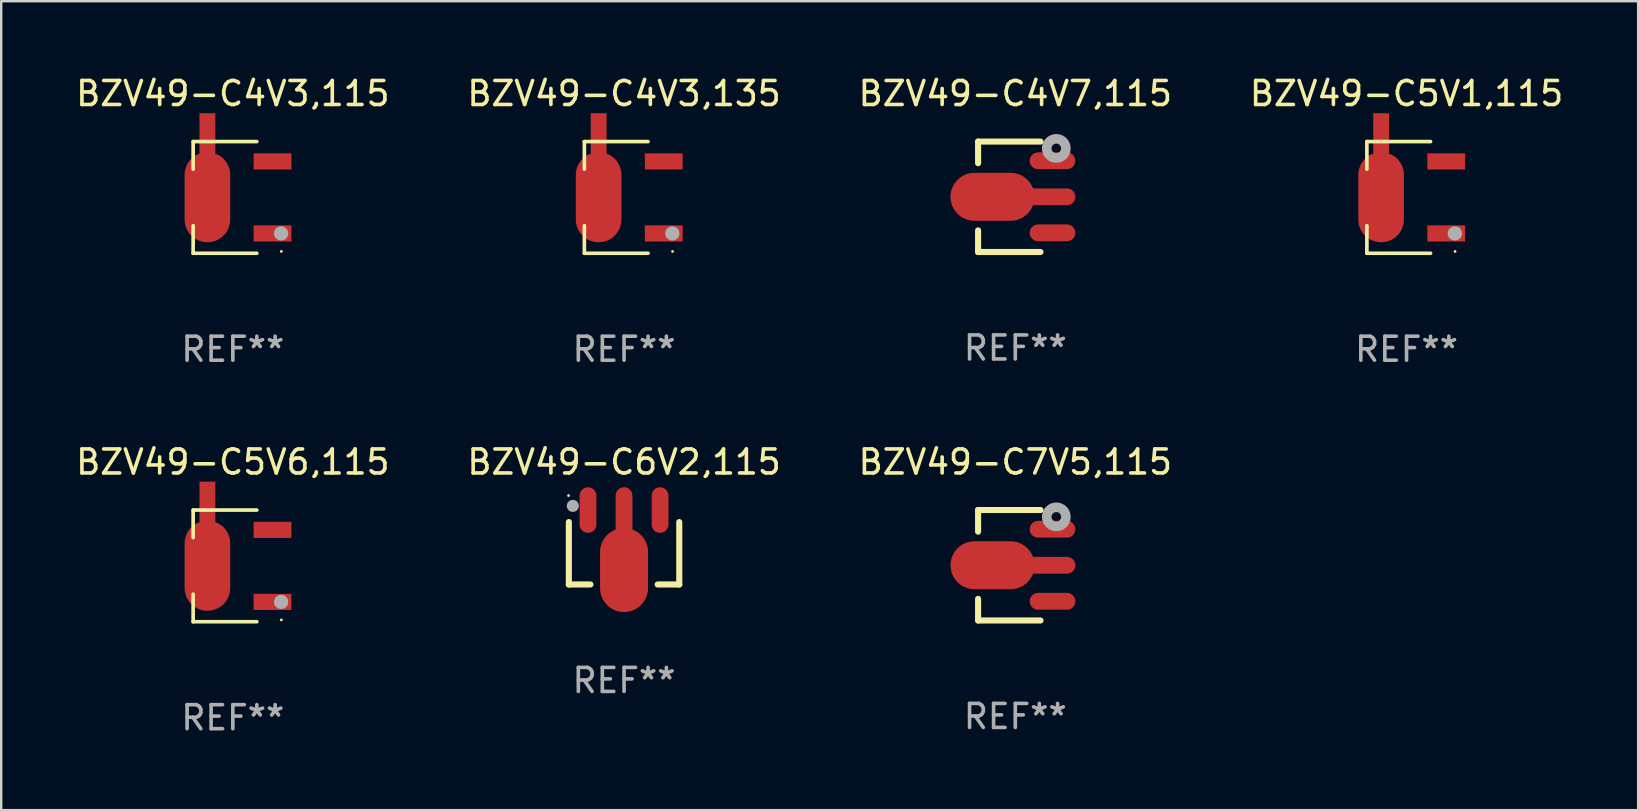
<source format=kicad_pcb>
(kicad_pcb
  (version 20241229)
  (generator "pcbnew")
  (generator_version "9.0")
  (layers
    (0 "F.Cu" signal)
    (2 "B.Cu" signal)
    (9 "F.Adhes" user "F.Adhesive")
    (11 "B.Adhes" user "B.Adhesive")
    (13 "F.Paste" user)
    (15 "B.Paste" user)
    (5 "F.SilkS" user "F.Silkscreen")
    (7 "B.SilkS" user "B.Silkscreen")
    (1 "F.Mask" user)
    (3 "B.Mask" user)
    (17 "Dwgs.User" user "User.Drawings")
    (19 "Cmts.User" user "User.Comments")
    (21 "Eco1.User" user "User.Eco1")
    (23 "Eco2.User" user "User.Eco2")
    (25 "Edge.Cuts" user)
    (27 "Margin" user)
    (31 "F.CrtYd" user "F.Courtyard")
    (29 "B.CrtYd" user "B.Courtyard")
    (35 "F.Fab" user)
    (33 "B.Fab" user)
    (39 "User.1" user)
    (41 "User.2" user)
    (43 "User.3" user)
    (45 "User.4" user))
  (footprint "BZV49-C4V7,115"
    (layer "F.Cu")
    (at 39.244 5.148)
    (property "Reference" "BZV49-C4V7,115" (at 0 -4.3 0) (layer "F.SilkS") (effects (font (size 1 1) (thickness 0.15))))
    (attr through_hole)
    (fp_line (start -1.55 -2.3) (end 1.05 -2.3) (stroke (width 0.254) (type solid)) (layer "F.SilkS"))
    (fp_line (start -1.55 -1.4) (end -1.55 -2.3) (stroke (width 0.254) (type solid)) (layer "F.SilkS"))
    (fp_line (start -1.55 2.3) (end -1.55 1.4) (stroke (width 0.254) (type solid)) (layer "F.SilkS"))
    (fp_line (start 1.05 2.3) (end -1.55 2.3) (stroke (width 0.254) (type solid)) (layer "F.SilkS"))
    (fp_circle (center 2.15 -2.25) (end 2.18 -2.25) (stroke (width 0.06) (type solid)) (fill no) (layer "F.SilkS"))
    (fp_circle (center 1.708 -2.017) (end 1.907 -2.017) (stroke (width 0.4) (type solid)) (fill no) (layer "F.Fab"))
    (fp_text user "REF**" (at 0 6.3 0) (layer "F.Fab") (effects (font (size 1 1) (thickness 0.15))))
    (pad "1" smd oval (at 1.55 -1.501 270) (size 0.7 1.9) (layers "F.Cu" "F.Mask" "F.Paste"))
    (pad "2" smd oval (at -0.949 0 270) (size 2 3.5) (layers "F.Cu" "F.Mask" "F.Paste"))
    (pad "2" smd oval (at 1.451 0 270) (size 0.7 2.1) (layers "F.Cu" "F.Mask" "F.Paste"))
    (pad "3" smd oval (at 1.55 1.501 270) (size 0.7 1.9) (layers "F.Cu" "F.Mask" "F.Paste")))
  (footprint "BZV49-C7V5,115"
    (layer "F.Cu")
    (at 39.244 20.497)
    (property "Reference" "BZV49-C7V5,115" (at 0 -4.3 0) (layer "F.SilkS") (effects (font (size 1 1) (thickness 0.15))))
    (attr through_hole)
    (fp_line (start -1.55 -2.3) (end 1.05 -2.3) (stroke (width 0.254) (type solid)) (layer "F.SilkS"))
    (fp_line (start -1.55 -1.4) (end -1.55 -2.3) (stroke (width 0.254) (type solid)) (layer "F.SilkS"))
    (fp_line (start -1.55 2.3) (end -1.55 1.4) (stroke (width 0.254) (type solid)) (layer "F.SilkS"))
    (fp_line (start 1.05 2.3) (end -1.55 2.3) (stroke (width 0.254) (type solid)) (layer "F.SilkS"))
    (fp_circle (center 2.15 -2.25) (end 2.18 -2.25) (stroke (width 0.06) (type solid)) (fill no) (layer "F.SilkS"))
    (fp_circle (center 1.708 -2.017) (end 1.907 -2.017) (stroke (width 0.4) (type solid)) (fill no) (layer "F.Fab"))
    (fp_text user "REF**" (at 0 6.3 0) (layer "F.Fab") (effects (font (size 1 1) (thickness 0.15))))
    (pad "1" smd oval (at 1.55 -1.501 270) (size 0.7 1.9) (layers "F.Cu" "F.Mask" "F.Paste"))
    (pad "2" smd oval (at -0.949 0 270) (size 2 3.5) (layers "F.Cu" "F.Mask" "F.Paste"))
    (pad "2" smd oval (at 1.451 0 270) (size 0.7 2.1) (layers "F.Cu" "F.Mask" "F.Paste"))
    (pad "3" smd oval (at 1.55 1.501 270) (size 0.7 1.9) (layers "F.Cu" "F.Mask" "F.Paste")))
  (footprint "BZV49-C6V2,115"
    (layer "F.Cu")
    (at 22.946 19.747)
    (property "Reference" "BZV49-C6V2,115" (at 0 -3.55 0) (layer "F.SilkS") (effects (font (size 1 1) (thickness 0.15))))
    (attr through_hole)
    (fp_line (start -2.3 1.55) (end -2.3 -1.05) (stroke (width 0.254) (type solid)) (layer "F.SilkS"))
    (fp_line (start -1.4 1.55) (end -2.3 1.55) (stroke (width 0.254) (type solid)) (layer "F.SilkS"))
    (fp_line (start 2.3 -1.05) (end 2.3 1.55) (stroke (width 0.254) (type solid)) (layer "F.SilkS"))
    (fp_line (start 2.3 1.55) (end 1.4 1.55) (stroke (width 0.254) (type solid)) (layer "F.SilkS"))
    (fp_circle (center -2.311 -2.154) (end -2.281 -2.154) (stroke (width 0.06) (type solid)) (fill no) (layer "F.SilkS"))
    (fp_circle (center -2.134 -1.723) (end -2.007 -1.723) (stroke (width 0.254) (type solid)) (fill no) (layer "F.Fab"))
    (fp_text user "REF**" (at 0 5.55 0) (layer "F.Fab") (effects (font (size 1 1) (thickness 0.15))))
    (pad "1" smd oval (at -1.501 -1.55) (size 0.7 1.9) (layers "F.Cu" "F.Mask" "F.Paste"))
    (pad "2" smd oval (at 0 -1.451) (size 0.7 2.1) (layers "F.Cu" "F.Mask" "F.Paste"))
    (pad "2" smd oval (at 0 0.949) (size 2 3.5) (layers "F.Cu" "F.Mask" "F.Paste"))
    (pad "3" smd oval (at 1.501 -1.55) (size 0.7 1.9) (layers "F.Cu" "F.Mask" "F.Paste")))
  (footprint "BZV49-C5V1,115"
    (layer "F.Cu")
    (at 55.542 5.174)
    (property "Reference" "BZV49-C5V1,115" (at 0 -4.326 0) (layer "F.SilkS") (effects (font (size 1 1) (thickness 0.15))))
    (attr through_hole)
    (fp_line (start -1.653 -2.326) (end -1.653 -1.177) (stroke (width 0.152) (type solid)) (layer "F.SilkS"))
    (fp_line (start -1.653 2.326) (end -1.653 1.177) (stroke (width 0.152) (type solid)) (layer "F.SilkS"))
    (fp_line (start 0.999 -2.326) (end -1.653 -2.326) (stroke (width 0.152) (type solid)) (layer "F.SilkS"))
    (fp_line (start 0.999 2.326) (end -1.653 2.326) (stroke (width 0.152) (type solid)) (layer "F.SilkS"))
    (fp_circle (center 2.021 2.25) (end 2.051 2.25) (stroke (width 0.06) (type solid)) (fill no) (layer "F.SilkS"))
    (fp_circle (center 2.012 1.5) (end 2.162 1.5) (stroke (width 0.3) (type solid)) (fill no) (layer "F.Fab"))
    (fp_text user "REF**" (at 0 6.326 0) (layer "F.Fab") (effects (font (size 1 1) (thickness 0.15))))
    (pad "1" smd rect (at 1.653 1.5) (size 1.575 0.672) (layers "F.Cu" "F.Mask" "F.Paste"))
    (pad "2" smd custom (at -1.059 -0.009 90) (size 1.9 5.377) (layers "F.Cu" "F.Mask" "F.Paste") (options (anchor circle)) (primitives (gr_poly (pts (xy -0.927 -0.95) (xy 0.927 -0.95) (xy 0.972 -0.949) (xy 1.016 -0.946) (xy 1.06 -0.941) (xy 1.104 -0.933) (xy 1.148 -0.924) (xy 1.191 -0.913) (xy 1.233 -0.899) (xy 1.275 -0.884) (xy 1.316 -0.867) (xy 1.357 -0.848) (xy 1.396 -0.826) (xy 1.434 -0.804) (xy 1.471 -0.779) (xy 1.507 -0.753) (xy 1.542 -0.725) (xy 1.575 -0.695) (xy 1.607 -0.664) (xy 1.637 -0.631) (xy 1.666 -0.597) (xy 1.693 -0.562) (xy 1.719 -0.526) (xy 1.742 -0.488) (xy 1.764 -0.449) (xy 1.785 -0.409) (xy 1.803 -0.33) (xy 3.5 -0.33) (xy 3.5 0.33) (xy 1.803 0.33) (xy 1.785 0.409) (xy 1.764 0.449) (xy 1.742 0.488) (xy 1.719 0.525) (xy 1.693 0.562) (xy 1.666 0.597) (xy 1.637 0.631) (xy 1.607 0.664) (xy 1.575 0.695) (xy 1.542 0.725) (xy 1.507 0.753) (xy 1.471 0.779) (xy 1.434 0.803) (xy 1.396 0.826) (xy 1.357 0.847) (xy 1.316 0.867) (xy 1.275 0.884) (xy 1.233 0.899) (xy 1.191 0.913) (xy 1.148 0.924) (xy 1.104 0.933) (xy 1.06 0.941) (xy 1.016 0.946) (xy 0.972 0.949) (xy 0.927 0.95) (xy -0.927 0.95) (xy -0.972 0.949) (xy -1.016 0.946) (xy -1.06 0.941) (xy -1.104 0.933) (xy -1.148 0.924) (xy -1.191 0.913) (xy -1.233 0.899) (xy -1.275 0.884) (xy -1.316 0.867) (xy -1.356 0.847) (xy -1.396 0.826) (xy -1.434 0.803) (xy -1.471 0.779) (xy -1.507 0.753) (xy -1.541 0.725) (xy -1.575 0.695) (xy -1.607 0.664) (xy -1.637 0.631) (xy -1.666 0.597) (xy -1.693 0.562) (xy -1.718 0.525) (xy -1.742 0.488) (xy -1.764 0.449) (xy -1.784 0.409) (xy -1.803 0.369) (xy -1.819 0.327) (xy -1.833 0.285) (xy -1.846 0.242) (xy -1.856 0.199) (xy -1.864 0.155) (xy -1.87 0.111) (xy -1.875 0.067) (xy -1.877 0.022) (xy -1.877 -0.022) (xy -1.875 -0.067) (xy -1.87 -0.111) (xy -1.864 -0.155) (xy -1.856 -0.199) (xy -1.846 -0.242) (xy -1.833 -0.285) (xy -1.819 -0.327) (xy -1.803 -0.369) (xy -1.784 -0.409) (xy -1.764 -0.449) (xy -1.742 -0.488) (xy -1.718 -0.526) (xy -1.693 -0.562) (xy -1.666 -0.597) (xy -1.637 -0.631) (xy -1.607 -0.664) (xy -1.575 -0.695) (xy -1.541 -0.725) (xy -1.507 -0.753) (xy -1.471 -0.779) (xy -1.434 -0.804) (xy -1.396 -0.826) (xy -1.356 -0.848) (xy -1.316 -0.867) (xy -1.275 -0.884) (xy -1.233 -0.899) (xy -1.191 -0.913) (xy -1.148 -0.924) (xy -1.104 -0.933) (xy -1.06 -0.941) (xy -1.016 -0.946) (xy -0.972 -0.949) (xy -0.927 -0.95)) (width 0) (fill yes))))
    (pad "3" smd rect (at 1.653 -1.5) (size 1.575 0.672) (layers "F.Cu" "F.Mask" "F.Paste")))
  (footprint "BZV49-C4V3,115"
    (layer "F.Cu")
    (at 6.649 5.174)
    (property "Reference" "BZV49-C4V3,115" (at 0 -4.326 0) (layer "F.SilkS") (effects (font (size 1 1) (thickness 0.15))))
    (attr through_hole)
    (fp_line (start -1.653 -2.326) (end -1.653 -1.177) (stroke (width 0.152) (type solid)) (layer "F.SilkS"))
    (fp_line (start -1.653 2.326) (end -1.653 1.177) (stroke (width 0.152) (type solid)) (layer "F.SilkS"))
    (fp_line (start 0.999 -2.326) (end -1.653 -2.326) (stroke (width 0.152) (type solid)) (layer "F.SilkS"))
    (fp_line (start 0.999 2.326) (end -1.653 2.326) (stroke (width 0.152) (type solid)) (layer "F.SilkS"))
    (fp_circle (center 2.021 2.25) (end 2.051 2.25) (stroke (width 0.06) (type solid)) (fill no) (layer "F.SilkS"))
    (fp_circle (center 2.012 1.5) (end 2.162 1.5) (stroke (width 0.3) (type solid)) (fill no) (layer "F.Fab"))
    (fp_text user "REF**" (at 0 6.326 0) (layer "F.Fab") (effects (font (size 1 1) (thickness 0.15))))
    (pad "1" smd rect (at 1.653 1.5) (size 1.575 0.672) (layers "F.Cu" "F.Mask" "F.Paste"))
    (pad "2" smd custom (at -1.059 -0.009 90) (size 1.9 5.377) (layers "F.Cu" "F.Mask" "F.Paste") (options (anchor circle)) (primitives (gr_poly (pts (xy -0.927 -0.95) (xy 0.927 -0.95) (xy 0.972 -0.949) (xy 1.016 -0.946) (xy 1.06 -0.941) (xy 1.104 -0.933) (xy 1.148 -0.924) (xy 1.191 -0.913) (xy 1.233 -0.899) (xy 1.275 -0.884) (xy 1.316 -0.867) (xy 1.357 -0.848) (xy 1.396 -0.826) (xy 1.434 -0.804) (xy 1.471 -0.779) (xy 1.507 -0.753) (xy 1.542 -0.725) (xy 1.575 -0.695) (xy 1.607 -0.664) (xy 1.637 -0.631) (xy 1.666 -0.597) (xy 1.693 -0.562) (xy 1.719 -0.526) (xy 1.742 -0.488) (xy 1.764 -0.449) (xy 1.785 -0.409) (xy 1.803 -0.33) (xy 3.5 -0.33) (xy 3.5 0.33) (xy 1.803 0.33) (xy 1.785 0.409) (xy 1.764 0.449) (xy 1.742 0.488) (xy 1.719 0.525) (xy 1.693 0.562) (xy 1.666 0.597) (xy 1.637 0.631) (xy 1.607 0.664) (xy 1.575 0.695) (xy 1.542 0.725) (xy 1.507 0.753) (xy 1.471 0.779) (xy 1.434 0.803) (xy 1.396 0.826) (xy 1.357 0.847) (xy 1.316 0.867) (xy 1.275 0.884) (xy 1.233 0.899) (xy 1.191 0.913) (xy 1.148 0.924) (xy 1.104 0.933) (xy 1.06 0.941) (xy 1.016 0.946) (xy 0.972 0.949) (xy 0.927 0.95) (xy -0.927 0.95) (xy -0.972 0.949) (xy -1.016 0.946) (xy -1.06 0.941) (xy -1.104 0.933) (xy -1.148 0.924) (xy -1.191 0.913) (xy -1.233 0.899) (xy -1.275 0.884) (xy -1.316 0.867) (xy -1.356 0.847) (xy -1.396 0.826) (xy -1.434 0.803) (xy -1.471 0.779) (xy -1.507 0.753) (xy -1.541 0.725) (xy -1.575 0.695) (xy -1.607 0.664) (xy -1.637 0.631) (xy -1.666 0.597) (xy -1.693 0.562) (xy -1.718 0.525) (xy -1.742 0.488) (xy -1.764 0.449) (xy -1.784 0.409) (xy -1.803 0.369) (xy -1.819 0.327) (xy -1.833 0.285) (xy -1.846 0.242) (xy -1.856 0.199) (xy -1.864 0.155) (xy -1.87 0.111) (xy -1.875 0.067) (xy -1.877 0.022) (xy -1.877 -0.022) (xy -1.875 -0.067) (xy -1.87 -0.111) (xy -1.864 -0.155) (xy -1.856 -0.199) (xy -1.846 -0.242) (xy -1.833 -0.285) (xy -1.819 -0.327) (xy -1.803 -0.369) (xy -1.784 -0.409) (xy -1.764 -0.449) (xy -1.742 -0.488) (xy -1.718 -0.526) (xy -1.693 -0.562) (xy -1.666 -0.597) (xy -1.637 -0.631) (xy -1.607 -0.664) (xy -1.575 -0.695) (xy -1.541 -0.725) (xy -1.507 -0.753) (xy -1.471 -0.779) (xy -1.434 -0.804) (xy -1.396 -0.826) (xy -1.356 -0.848) (xy -1.316 -0.867) (xy -1.275 -0.884) (xy -1.233 -0.899) (xy -1.191 -0.913) (xy -1.148 -0.924) (xy -1.104 -0.933) (xy -1.06 -0.941) (xy -1.016 -0.946) (xy -0.972 -0.949) (xy -0.927 -0.95)) (width 0) (fill yes))))
    (pad "3" smd rect (at 1.653 -1.5) (size 1.575 0.672) (layers "F.Cu" "F.Mask" "F.Paste")))
  (footprint "BZV49-C5V6,115"
    (layer "F.Cu")
    (at 6.649 20.523)
    (property "Reference" "BZV49-C5V6,115" (at 0 -4.326 0) (layer "F.SilkS") (effects (font (size 1 1) (thickness 0.15))))
    (attr through_hole)
    (fp_line (start -1.653 -2.326) (end -1.653 -1.177) (stroke (width 0.152) (type solid)) (layer "F.SilkS"))
    (fp_line (start -1.653 2.326) (end -1.653 1.177) (stroke (width 0.152) (type solid)) (layer "F.SilkS"))
    (fp_line (start 0.999 -2.326) (end -1.653 -2.326) (stroke (width 0.152) (type solid)) (layer "F.SilkS"))
    (fp_line (start 0.999 2.326) (end -1.653 2.326) (stroke (width 0.152) (type solid)) (layer "F.SilkS"))
    (fp_circle (center 2.021 2.25) (end 2.051 2.25) (stroke (width 0.06) (type solid)) (fill no) (layer "F.SilkS"))
    (fp_circle (center 2.012 1.5) (end 2.162 1.5) (stroke (width 0.3) (type solid)) (fill no) (layer "F.Fab"))
    (fp_text user "REF**" (at 0 6.326 0) (layer "F.Fab") (effects (font (size 1 1) (thickness 0.15))))
    (pad "1" smd rect (at 1.653 1.5) (size 1.575 0.672) (layers "F.Cu" "F.Mask" "F.Paste"))
    (pad "2" smd custom (at -1.059 -0.009 90) (size 1.9 5.377) (layers "F.Cu" "F.Mask" "F.Paste") (options (anchor circle)) (primitives (gr_poly (pts (xy -0.927 -0.95) (xy 0.927 -0.95) (xy 0.972 -0.949) (xy 1.016 -0.946) (xy 1.06 -0.941) (xy 1.104 -0.933) (xy 1.148 -0.924) (xy 1.191 -0.913) (xy 1.233 -0.899) (xy 1.275 -0.884) (xy 1.316 -0.867) (xy 1.357 -0.848) (xy 1.396 -0.826) (xy 1.434 -0.804) (xy 1.471 -0.779) (xy 1.507 -0.753) (xy 1.542 -0.725) (xy 1.575 -0.695) (xy 1.607 -0.664) (xy 1.637 -0.631) (xy 1.666 -0.597) (xy 1.693 -0.562) (xy 1.719 -0.526) (xy 1.742 -0.488) (xy 1.764 -0.449) (xy 1.785 -0.409) (xy 1.803 -0.33) (xy 3.5 -0.33) (xy 3.5 0.33) (xy 1.803 0.33) (xy 1.785 0.409) (xy 1.764 0.449) (xy 1.742 0.488) (xy 1.719 0.525) (xy 1.693 0.562) (xy 1.666 0.597) (xy 1.637 0.631) (xy 1.607 0.664) (xy 1.575 0.695) (xy 1.542 0.725) (xy 1.507 0.753) (xy 1.471 0.779) (xy 1.434 0.803) (xy 1.396 0.826) (xy 1.357 0.847) (xy 1.316 0.867) (xy 1.275 0.884) (xy 1.233 0.899) (xy 1.191 0.913) (xy 1.148 0.924) (xy 1.104 0.933) (xy 1.06 0.941) (xy 1.016 0.946) (xy 0.972 0.949) (xy 0.927 0.95) (xy -0.927 0.95) (xy -0.972 0.949) (xy -1.016 0.946) (xy -1.06 0.941) (xy -1.104 0.933) (xy -1.148 0.924) (xy -1.191 0.913) (xy -1.233 0.899) (xy -1.275 0.884) (xy -1.316 0.867) (xy -1.356 0.847) (xy -1.396 0.826) (xy -1.434 0.803) (xy -1.471 0.779) (xy -1.507 0.753) (xy -1.541 0.725) (xy -1.575 0.695) (xy -1.607 0.664) (xy -1.637 0.631) (xy -1.666 0.597) (xy -1.693 0.562) (xy -1.718 0.525) (xy -1.742 0.488) (xy -1.764 0.449) (xy -1.784 0.409) (xy -1.803 0.369) (xy -1.819 0.327) (xy -1.833 0.285) (xy -1.846 0.242) (xy -1.856 0.199) (xy -1.864 0.155) (xy -1.87 0.111) (xy -1.875 0.067) (xy -1.877 0.022) (xy -1.877 -0.022) (xy -1.875 -0.067) (xy -1.87 -0.111) (xy -1.864 -0.155) (xy -1.856 -0.199) (xy -1.846 -0.242) (xy -1.833 -0.285) (xy -1.819 -0.327) (xy -1.803 -0.369) (xy -1.784 -0.409) (xy -1.764 -0.449) (xy -1.742 -0.488) (xy -1.718 -0.526) (xy -1.693 -0.562) (xy -1.666 -0.597) (xy -1.637 -0.631) (xy -1.607 -0.664) (xy -1.575 -0.695) (xy -1.541 -0.725) (xy -1.507 -0.753) (xy -1.471 -0.779) (xy -1.434 -0.804) (xy -1.396 -0.826) (xy -1.356 -0.848) (xy -1.316 -0.867) (xy -1.275 -0.884) (xy -1.233 -0.899) (xy -1.191 -0.913) (xy -1.148 -0.924) (xy -1.104 -0.933) (xy -1.06 -0.941) (xy -1.016 -0.946) (xy -0.972 -0.949) (xy -0.927 -0.95)) (width 0) (fill yes))))
    (pad "3" smd rect (at 1.653 -1.5) (size 1.575 0.672) (layers "F.Cu" "F.Mask" "F.Paste")))
  (footprint "BZV49-C4V3,135"
    (layer "F.Cu")
    (at 22.946 5.174)
    (property "Reference" "BZV49-C4V3,135" (at 0 -4.326 0) (layer "F.SilkS") (effects (font (size 1 1) (thickness 0.15))))
    (attr through_hole)
    (fp_line (start -1.653 -2.326) (end -1.653 -1.177) (stroke (width 0.152) (type solid)) (layer "F.SilkS"))
    (fp_line (start -1.653 2.326) (end -1.653 1.177) (stroke (width 0.152) (type solid)) (layer "F.SilkS"))
    (fp_line (start 0.999 -2.326) (end -1.653 -2.326) (stroke (width 0.152) (type solid)) (layer "F.SilkS"))
    (fp_line (start 0.999 2.326) (end -1.653 2.326) (stroke (width 0.152) (type solid)) (layer "F.SilkS"))
    (fp_circle (center 2.021 2.25) (end 2.051 2.25) (stroke (width 0.06) (type solid)) (fill no) (layer "F.SilkS"))
    (fp_circle (center 2.012 1.5) (end 2.162 1.5) (stroke (width 0.3) (type solid)) (fill no) (layer "F.Fab"))
    (fp_text user "REF**" (at 0 6.326 0) (layer "F.Fab") (effects (font (size 1 1) (thickness 0.15))))
    (pad "1" smd rect (at 1.653 1.5) (size 1.575 0.672) (layers "F.Cu" "F.Mask" "F.Paste"))
    (pad "2" smd custom (at -1.059 -0.009 90) (size 1.9 5.377) (layers "F.Cu" "F.Mask" "F.Paste") (options (anchor circle)) (primitives (gr_poly (pts (xy -0.927 -0.95) (xy 0.927 -0.95) (xy 0.972 -0.949) (xy 1.016 -0.946) (xy 1.06 -0.941) (xy 1.104 -0.933) (xy 1.148 -0.924) (xy 1.191 -0.913) (xy 1.233 -0.899) (xy 1.275 -0.884) (xy 1.316 -0.867) (xy 1.357 -0.848) (xy 1.396 -0.826) (xy 1.434 -0.804) (xy 1.471 -0.779) (xy 1.507 -0.753) (xy 1.542 -0.725) (xy 1.575 -0.695) (xy 1.607 -0.664) (xy 1.637 -0.631) (xy 1.666 -0.597) (xy 1.693 -0.562) (xy 1.719 -0.526) (xy 1.742 -0.488) (xy 1.764 -0.449) (xy 1.785 -0.409) (xy 1.803 -0.33) (xy 3.5 -0.33) (xy 3.5 0.33) (xy 1.803 0.33) (xy 1.785 0.409) (xy 1.764 0.449) (xy 1.742 0.488) (xy 1.719 0.525) (xy 1.693 0.562) (xy 1.666 0.597) (xy 1.637 0.631) (xy 1.607 0.664) (xy 1.575 0.695) (xy 1.542 0.725) (xy 1.507 0.753) (xy 1.471 0.779) (xy 1.434 0.803) (xy 1.396 0.826) (xy 1.357 0.847) (xy 1.316 0.867) (xy 1.275 0.884) (xy 1.233 0.899) (xy 1.191 0.913) (xy 1.148 0.924) (xy 1.104 0.933) (xy 1.06 0.941) (xy 1.016 0.946) (xy 0.972 0.949) (xy 0.927 0.95) (xy -0.927 0.95) (xy -0.972 0.949) (xy -1.016 0.946) (xy -1.06 0.941) (xy -1.104 0.933) (xy -1.148 0.924) (xy -1.191 0.913) (xy -1.233 0.899) (xy -1.275 0.884) (xy -1.316 0.867) (xy -1.356 0.847) (xy -1.396 0.826) (xy -1.434 0.803) (xy -1.471 0.779) (xy -1.507 0.753) (xy -1.541 0.725) (xy -1.575 0.695) (xy -1.607 0.664) (xy -1.637 0.631) (xy -1.666 0.597) (xy -1.693 0.562) (xy -1.718 0.525) (xy -1.742 0.488) (xy -1.764 0.449) (xy -1.784 0.409) (xy -1.803 0.369) (xy -1.819 0.327) (xy -1.833 0.285) (xy -1.846 0.242) (xy -1.856 0.199) (xy -1.864 0.155) (xy -1.87 0.111) (xy -1.875 0.067) (xy -1.877 0.022) (xy -1.877 -0.022) (xy -1.875 -0.067) (xy -1.87 -0.111) (xy -1.864 -0.155) (xy -1.856 -0.199) (xy -1.846 -0.242) (xy -1.833 -0.285) (xy -1.819 -0.327) (xy -1.803 -0.369) (xy -1.784 -0.409) (xy -1.764 -0.449) (xy -1.742 -0.488) (xy -1.718 -0.526) (xy -1.693 -0.562) (xy -1.666 -0.597) (xy -1.637 -0.631) (xy -1.607 -0.664) (xy -1.575 -0.695) (xy -1.541 -0.725) (xy -1.507 -0.753) (xy -1.471 -0.779) (xy -1.434 -0.804) (xy -1.396 -0.826) (xy -1.356 -0.848) (xy -1.316 -0.867) (xy -1.275 -0.884) (xy -1.233 -0.899) (xy -1.191 -0.913) (xy -1.148 -0.924) (xy -1.104 -0.933) (xy -1.06 -0.941) (xy -1.016 -0.946) (xy -0.972 -0.949) (xy -0.927 -0.95)) (width 0) (fill yes))))
    (pad "3" smd rect (at 1.653 -1.5) (size 1.575 0.672) (layers "F.Cu" "F.Mask" "F.Paste")))
  (gr_rect
    (start -3 -3)
    (end 65.19 30.698)
    (stroke (width 0.1) (type default))
    (fill no)
    (layer "Edge.Cuts")))
</source>
